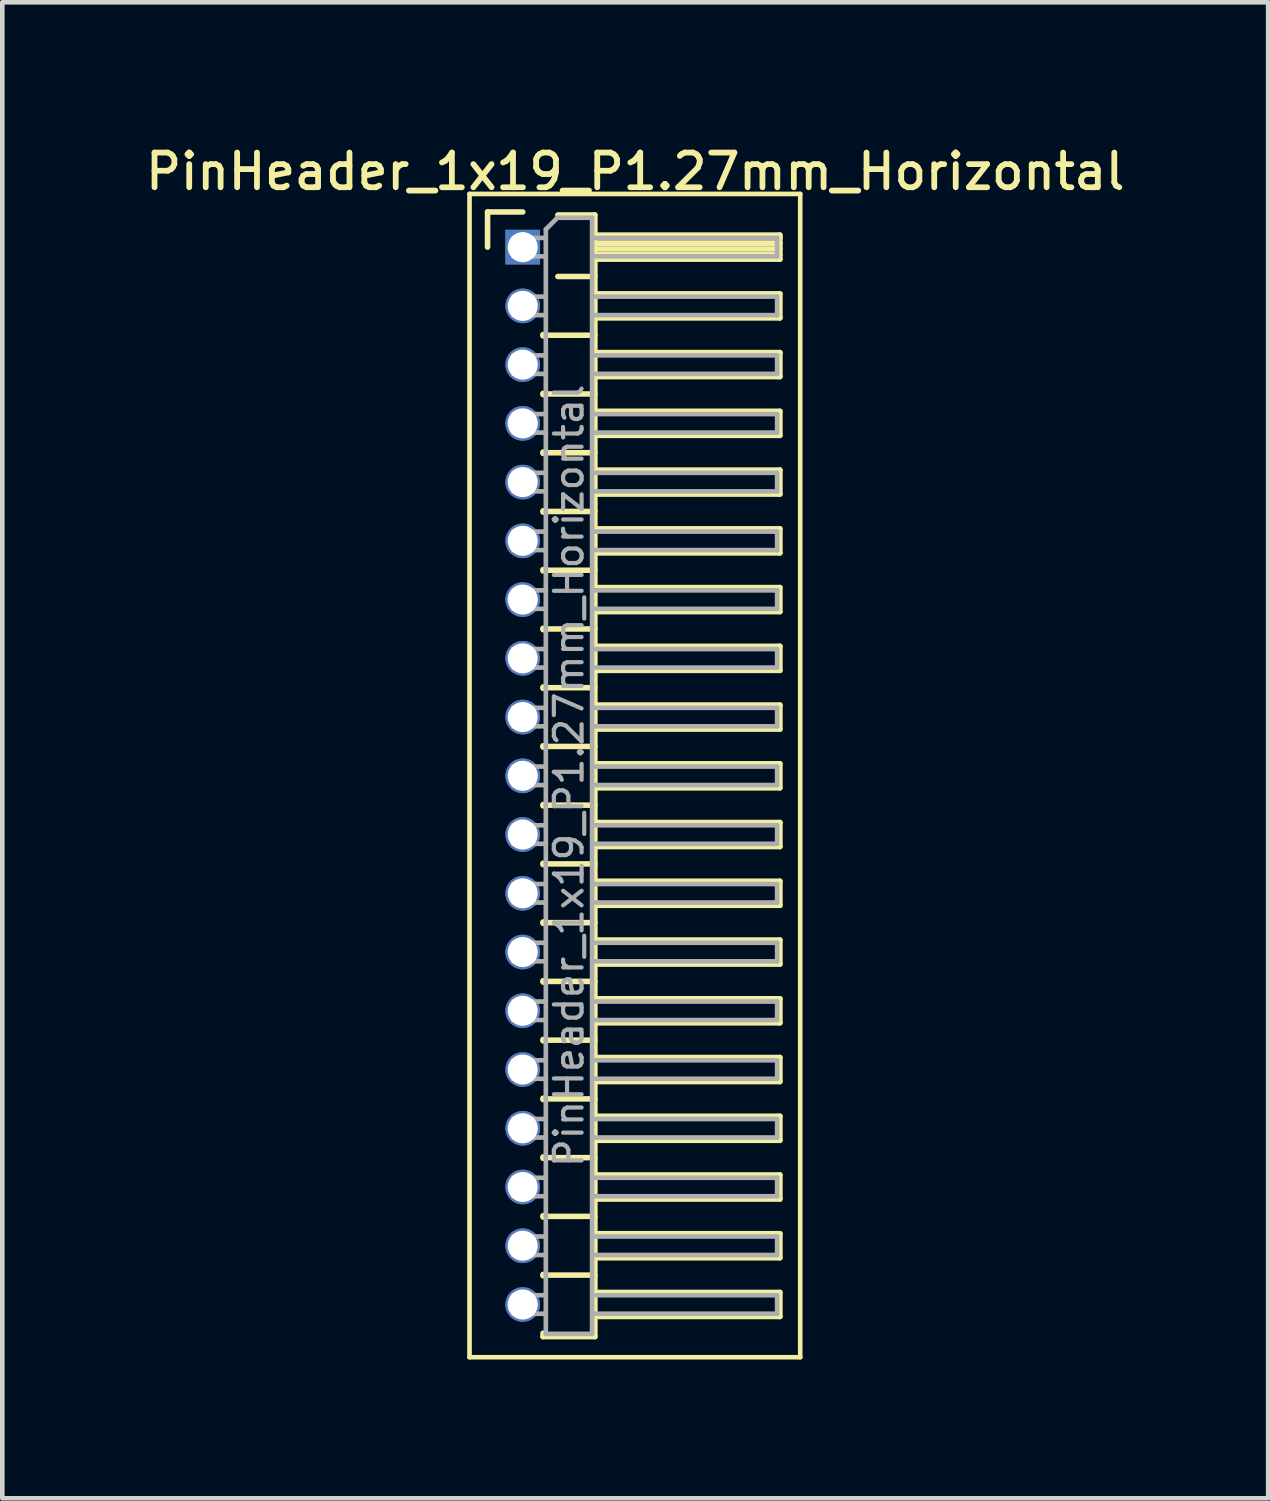
<source format=kicad_pcb>
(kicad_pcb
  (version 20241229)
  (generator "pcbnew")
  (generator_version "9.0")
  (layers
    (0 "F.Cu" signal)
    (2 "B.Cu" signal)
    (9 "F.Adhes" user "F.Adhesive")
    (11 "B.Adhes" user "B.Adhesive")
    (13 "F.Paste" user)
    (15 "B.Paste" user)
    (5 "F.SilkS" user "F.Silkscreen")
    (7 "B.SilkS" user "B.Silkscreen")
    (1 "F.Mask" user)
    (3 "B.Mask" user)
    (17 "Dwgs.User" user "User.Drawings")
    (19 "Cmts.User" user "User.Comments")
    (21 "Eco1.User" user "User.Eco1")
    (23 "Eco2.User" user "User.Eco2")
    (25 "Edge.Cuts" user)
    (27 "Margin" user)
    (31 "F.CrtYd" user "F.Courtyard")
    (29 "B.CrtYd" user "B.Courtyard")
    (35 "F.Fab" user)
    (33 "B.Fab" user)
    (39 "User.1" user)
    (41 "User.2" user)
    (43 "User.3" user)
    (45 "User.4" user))
  (footprint "PinHeader_1x19_P1.27mm_Horizontal"
    (layer "F.Cu")
    (at 8.251 2.293)
    (property "Reference" "PinHeader_1x19_P1.27mm_Horizontal" (at 2.433 -1.635 0) (layer "F.SilkS") (effects (font (size 0.75 0.75) (thickness 0.125))))
    (attr through_hole)
    (fp_line (start -1.15 -1.15) (end -1.15 24) (stroke (width 0.1) (type solid)) (layer "F.SilkS"))
    (fp_line (start -1.15 24) (end 6 24) (stroke (width 0.1) (type solid)) (layer "F.SilkS"))
    (fp_line (start -0.76 -0.76) (end 0 -0.76) (stroke (width 0.12) (type solid)) (layer "F.SilkS"))
    (fp_line (start -0.76 0) (end -0.76 -0.76) (stroke (width 0.12) (type solid)) (layer "F.SilkS"))
    (fp_line (start 0.44 1.89) (end 0.44 1.92) (stroke (width 0.12) (type solid)) (layer "F.SilkS"))
    (fp_line (start 0.44 1.905) (end 1.56 1.905) (stroke (width 0.12) (type solid)) (layer "F.SilkS"))
    (fp_line (start 0.44 3.16) (end 0.44 3.19) (stroke (width 0.12) (type solid)) (layer "F.SilkS"))
    (fp_line (start 0.44 3.175) (end 1.56 3.175) (stroke (width 0.12) (type solid)) (layer "F.SilkS"))
    (fp_line (start 0.44 4.43) (end 0.44 4.46) (stroke (width 0.12) (type solid)) (layer "F.SilkS"))
    (fp_line (start 0.44 4.445) (end 1.56 4.445) (stroke (width 0.12) (type solid)) (layer "F.SilkS"))
    (fp_line (start 0.44 5.7) (end 0.44 5.73) (stroke (width 0.12) (type solid)) (layer "F.SilkS"))
    (fp_line (start 0.44 5.715) (end 1.56 5.715) (stroke (width 0.12) (type solid)) (layer "F.SilkS"))
    (fp_line (start 0.44 6.97) (end 0.44 7) (stroke (width 0.12) (type solid)) (layer "F.SilkS"))
    (fp_line (start 0.44 6.985) (end 1.56 6.985) (stroke (width 0.12) (type solid)) (layer "F.SilkS"))
    (fp_line (start 0.44 8.24) (end 0.44 8.27) (stroke (width 0.12) (type solid)) (layer "F.SilkS"))
    (fp_line (start 0.44 8.255) (end 1.56 8.255) (stroke (width 0.12) (type solid)) (layer "F.SilkS"))
    (fp_line (start 0.44 9.51) (end 0.44 9.54) (stroke (width 0.12) (type solid)) (layer "F.SilkS"))
    (fp_line (start 0.44 9.525) (end 1.56 9.525) (stroke (width 0.12) (type solid)) (layer "F.SilkS"))
    (fp_line (start 0.44 10.78) (end 0.44 10.81) (stroke (width 0.12) (type solid)) (layer "F.SilkS"))
    (fp_line (start 0.44 10.795) (end 1.56 10.795) (stroke (width 0.12) (type solid)) (layer "F.SilkS"))
    (fp_line (start 0.44 12.05) (end 0.44 12.08) (stroke (width 0.12) (type solid)) (layer "F.SilkS"))
    (fp_line (start 0.44 12.065) (end 1.56 12.065) (stroke (width 0.12) (type solid)) (layer "F.SilkS"))
    (fp_line (start 0.44 13.32) (end 0.44 13.35) (stroke (width 0.12) (type solid)) (layer "F.SilkS"))
    (fp_line (start 0.44 13.335) (end 1.56 13.335) (stroke (width 0.12) (type solid)) (layer "F.SilkS"))
    (fp_line (start 0.44 14.59) (end 0.44 14.62) (stroke (width 0.12) (type solid)) (layer "F.SilkS"))
    (fp_line (start 0.44 14.605) (end 1.56 14.605) (stroke (width 0.12) (type solid)) (layer "F.SilkS"))
    (fp_line (start 0.44 15.86) (end 0.44 15.89) (stroke (width 0.12) (type solid)) (layer "F.SilkS"))
    (fp_line (start 0.44 15.875) (end 1.56 15.875) (stroke (width 0.12) (type solid)) (layer "F.SilkS"))
    (fp_line (start 0.44 17.13) (end 0.44 17.16) (stroke (width 0.12) (type solid)) (layer "F.SilkS"))
    (fp_line (start 0.44 17.145) (end 1.56 17.145) (stroke (width 0.12) (type solid)) (layer "F.SilkS"))
    (fp_line (start 0.44 18.4) (end 0.44 18.43) (stroke (width 0.12) (type solid)) (layer "F.SilkS"))
    (fp_line (start 0.44 18.415) (end 1.56 18.415) (stroke (width 0.12) (type solid)) (layer "F.SilkS"))
    (fp_line (start 0.44 19.67) (end 0.44 19.7) (stroke (width 0.12) (type solid)) (layer "F.SilkS"))
    (fp_line (start 0.44 19.685) (end 1.56 19.685) (stroke (width 0.12) (type solid)) (layer "F.SilkS"))
    (fp_line (start 0.44 20.94) (end 0.44 20.97) (stroke (width 0.12) (type solid)) (layer "F.SilkS"))
    (fp_line (start 0.44 20.955) (end 1.56 20.955) (stroke (width 0.12) (type solid)) (layer "F.SilkS"))
    (fp_line (start 0.44 22.21) (end 0.44 22.24) (stroke (width 0.12) (type solid)) (layer "F.SilkS"))
    (fp_line (start 0.44 22.225) (end 1.56 22.225) (stroke (width 0.12) (type solid)) (layer "F.SilkS"))
    (fp_line (start 0.44 23.555) (end 0.44 23.48) (stroke (width 0.12) (type solid)) (layer "F.SilkS"))
    (fp_line (start 0.76 -0.695) (end 1.56 -0.695) (stroke (width 0.12) (type solid)) (layer "F.SilkS"))
    (fp_line (start 0.76 0.635) (end 1.56 0.635) (stroke (width 0.12) (type solid)) (layer "F.SilkS"))
    (fp_line (start 1.56 -0.695) (end 1.56 23.555) (stroke (width 0.12) (type solid)) (layer "F.SilkS"))
    (fp_line (start 1.56 -0.26) (end 5.56 -0.26) (stroke (width 0.12) (type solid)) (layer "F.SilkS"))
    (fp_line (start 1.56 -0.2) (end 5.56 -0.2) (stroke (width 0.12) (type solid)) (layer "F.SilkS"))
    (fp_line (start 1.56 -0.08) (end 5.56 -0.08) (stroke (width 0.12) (type solid)) (layer "F.SilkS"))
    (fp_line (start 1.56 0.04) (end 5.56 0.04) (stroke (width 0.12) (type solid)) (layer "F.SilkS"))
    (fp_line (start 1.56 0.16) (end 5.56 0.16) (stroke (width 0.12) (type solid)) (layer "F.SilkS"))
    (fp_line (start 1.56 1.01) (end 5.56 1.01) (stroke (width 0.12) (type solid)) (layer "F.SilkS"))
    (fp_line (start 1.56 2.28) (end 5.56 2.28) (stroke (width 0.12) (type solid)) (layer "F.SilkS"))
    (fp_line (start 1.56 3.55) (end 5.56 3.55) (stroke (width 0.12) (type solid)) (layer "F.SilkS"))
    (fp_line (start 1.56 4.82) (end 5.56 4.82) (stroke (width 0.12) (type solid)) (layer "F.SilkS"))
    (fp_line (start 1.56 6.09) (end 5.56 6.09) (stroke (width 0.12) (type solid)) (layer "F.SilkS"))
    (fp_line (start 1.56 7.36) (end 5.56 7.36) (stroke (width 0.12) (type solid)) (layer "F.SilkS"))
    (fp_line (start 1.56 8.63) (end 5.56 8.63) (stroke (width 0.12) (type solid)) (layer "F.SilkS"))
    (fp_line (start 1.56 9.9) (end 5.56 9.9) (stroke (width 0.12) (type solid)) (layer "F.SilkS"))
    (fp_line (start 1.56 11.17) (end 5.56 11.17) (stroke (width 0.12) (type solid)) (layer "F.SilkS"))
    (fp_line (start 1.56 12.44) (end 5.56 12.44) (stroke (width 0.12) (type solid)) (layer "F.SilkS"))
    (fp_line (start 1.56 13.71) (end 5.56 13.71) (stroke (width 0.12) (type solid)) (layer "F.SilkS"))
    (fp_line (start 1.56 14.98) (end 5.56 14.98) (stroke (width 0.12) (type solid)) (layer "F.SilkS"))
    (fp_line (start 1.56 16.25) (end 5.56 16.25) (stroke (width 0.12) (type solid)) (layer "F.SilkS"))
    (fp_line (start 1.56 17.52) (end 5.56 17.52) (stroke (width 0.12) (type solid)) (layer "F.SilkS"))
    (fp_line (start 1.56 18.79) (end 5.56 18.79) (stroke (width 0.12) (type solid)) (layer "F.SilkS"))
    (fp_line (start 1.56 20.06) (end 5.56 20.06) (stroke (width 0.12) (type solid)) (layer "F.SilkS"))
    (fp_line (start 1.56 21.33) (end 5.56 21.33) (stroke (width 0.12) (type solid)) (layer "F.SilkS"))
    (fp_line (start 1.56 22.6) (end 5.56 22.6) (stroke (width 0.12) (type solid)) (layer "F.SilkS"))
    (fp_line (start 1.56 23.555) (end 0.44 23.555) (stroke (width 0.12) (type solid)) (layer "F.SilkS"))
    (fp_line (start 5.56 -0.26) (end 5.56 0.26) (stroke (width 0.12) (type solid)) (layer "F.SilkS"))
    (fp_line (start 5.56 0.26) (end 1.56 0.26) (stroke (width 0.12) (type solid)) (layer "F.SilkS"))
    (fp_line (start 5.56 1.01) (end 5.56 1.53) (stroke (width 0.12) (type solid)) (layer "F.SilkS"))
    (fp_line (start 5.56 1.53) (end 1.56 1.53) (stroke (width 0.12) (type solid)) (layer "F.SilkS"))
    (fp_line (start 5.56 2.28) (end 5.56 2.8) (stroke (width 0.12) (type solid)) (layer "F.SilkS"))
    (fp_line (start 5.56 2.8) (end 1.56 2.8) (stroke (width 0.12) (type solid)) (layer "F.SilkS"))
    (fp_line (start 5.56 3.55) (end 5.56 4.07) (stroke (width 0.12) (type solid)) (layer "F.SilkS"))
    (fp_line (start 5.56 4.07) (end 1.56 4.07) (stroke (width 0.12) (type solid)) (layer "F.SilkS"))
    (fp_line (start 5.56 4.82) (end 5.56 5.34) (stroke (width 0.12) (type solid)) (layer "F.SilkS"))
    (fp_line (start 5.56 5.34) (end 1.56 5.34) (stroke (width 0.12) (type solid)) (layer "F.SilkS"))
    (fp_line (start 5.56 6.09) (end 5.56 6.61) (stroke (width 0.12) (type solid)) (layer "F.SilkS"))
    (fp_line (start 5.56 6.61) (end 1.56 6.61) (stroke (width 0.12) (type solid)) (layer "F.SilkS"))
    (fp_line (start 5.56 7.36) (end 5.56 7.88) (stroke (width 0.12) (type solid)) (layer "F.SilkS"))
    (fp_line (start 5.56 7.88) (end 1.56 7.88) (stroke (width 0.12) (type solid)) (layer "F.SilkS"))
    (fp_line (start 5.56 8.63) (end 5.56 9.15) (stroke (width 0.12) (type solid)) (layer "F.SilkS"))
    (fp_line (start 5.56 9.15) (end 1.56 9.15) (stroke (width 0.12) (type solid)) (layer "F.SilkS"))
    (fp_line (start 5.56 9.9) (end 5.56 10.42) (stroke (width 0.12) (type solid)) (layer "F.SilkS"))
    (fp_line (start 5.56 10.42) (end 1.56 10.42) (stroke (width 0.12) (type solid)) (layer "F.SilkS"))
    (fp_line (start 5.56 11.17) (end 5.56 11.69) (stroke (width 0.12) (type solid)) (layer "F.SilkS"))
    (fp_line (start 5.56 11.69) (end 1.56 11.69) (stroke (width 0.12) (type solid)) (layer "F.SilkS"))
    (fp_line (start 5.56 12.44) (end 5.56 12.96) (stroke (width 0.12) (type solid)) (layer "F.SilkS"))
    (fp_line (start 5.56 12.96) (end 1.56 12.96) (stroke (width 0.12) (type solid)) (layer "F.SilkS"))
    (fp_line (start 5.56 13.71) (end 5.56 14.23) (stroke (width 0.12) (type solid)) (layer "F.SilkS"))
    (fp_line (start 5.56 14.23) (end 1.56 14.23) (stroke (width 0.12) (type solid)) (layer "F.SilkS"))
    (fp_line (start 5.56 14.98) (end 5.56 15.5) (stroke (width 0.12) (type solid)) (layer "F.SilkS"))
    (fp_line (start 5.56 15.5) (end 1.56 15.5) (stroke (width 0.12) (type solid)) (layer "F.SilkS"))
    (fp_line (start 5.56 16.25) (end 5.56 16.77) (stroke (width 0.12) (type solid)) (layer "F.SilkS"))
    (fp_line (start 5.56 16.77) (end 1.56 16.77) (stroke (width 0.12) (type solid)) (layer "F.SilkS"))
    (fp_line (start 5.56 17.52) (end 5.56 18.04) (stroke (width 0.12) (type solid)) (layer "F.SilkS"))
    (fp_line (start 5.56 18.04) (end 1.56 18.04) (stroke (width 0.12) (type solid)) (layer "F.SilkS"))
    (fp_line (start 5.56 18.79) (end 5.56 19.31) (stroke (width 0.12) (type solid)) (layer "F.SilkS"))
    (fp_line (start 5.56 19.31) (end 1.56 19.31) (stroke (width 0.12) (type solid)) (layer "F.SilkS"))
    (fp_line (start 5.56 20.06) (end 5.56 20.58) (stroke (width 0.12) (type solid)) (layer "F.SilkS"))
    (fp_line (start 5.56 20.58) (end 1.56 20.58) (stroke (width 0.12) (type solid)) (layer "F.SilkS"))
    (fp_line (start 5.56 21.33) (end 5.56 21.85) (stroke (width 0.12) (type solid)) (layer "F.SilkS"))
    (fp_line (start 5.56 21.85) (end 1.56 21.85) (stroke (width 0.12) (type solid)) (layer "F.SilkS"))
    (fp_line (start 5.56 22.6) (end 5.56 23.12) (stroke (width 0.12) (type solid)) (layer "F.SilkS"))
    (fp_line (start 5.56 23.12) (end 1.56 23.12) (stroke (width 0.12) (type solid)) (layer "F.SilkS"))
    (fp_line (start 6 -1.15) (end -1.15 -1.15) (stroke (width 0.1) (type solid)) (layer "F.SilkS"))
    (fp_line (start 6 24) (end 6 -1.15) (stroke (width 0.1) (type solid)) (layer "F.SilkS"))
    (fp_line (start -0.2 -0.2) (end -0.2 0.2) (stroke (width 0.1) (type solid)) (layer "F.Fab"))
    (fp_line (start -0.2 -0.2) (end 0.5 -0.2) (stroke (width 0.1) (type solid)) (layer "F.Fab"))
    (fp_line (start -0.2 0.2) (end 0.5 0.2) (stroke (width 0.1) (type solid)) (layer "F.Fab"))
    (fp_line (start -0.2 1.07) (end -0.2 1.47) (stroke (width 0.1) (type solid)) (layer "F.Fab"))
    (fp_line (start -0.2 1.07) (end 0.5 1.07) (stroke (width 0.1) (type solid)) (layer "F.Fab"))
    (fp_line (start -0.2 1.47) (end 0.5 1.47) (stroke (width 0.1) (type solid)) (layer "F.Fab"))
    (fp_line (start -0.2 2.34) (end -0.2 2.74) (stroke (width 0.1) (type solid)) (layer "F.Fab"))
    (fp_line (start -0.2 2.34) (end 0.5 2.34) (stroke (width 0.1) (type solid)) (layer "F.Fab"))
    (fp_line (start -0.2 2.74) (end 0.5 2.74) (stroke (width 0.1) (type solid)) (layer "F.Fab"))
    (fp_line (start -0.2 3.61) (end -0.2 4.01) (stroke (width 0.1) (type solid)) (layer "F.Fab"))
    (fp_line (start -0.2 3.61) (end 0.5 3.61) (stroke (width 0.1) (type solid)) (layer "F.Fab"))
    (fp_line (start -0.2 4.01) (end 0.5 4.01) (stroke (width 0.1) (type solid)) (layer "F.Fab"))
    (fp_line (start -0.2 4.88) (end -0.2 5.28) (stroke (width 0.1) (type solid)) (layer "F.Fab"))
    (fp_line (start -0.2 4.88) (end 0.5 4.88) (stroke (width 0.1) (type solid)) (layer "F.Fab"))
    (fp_line (start -0.2 5.28) (end 0.5 5.28) (stroke (width 0.1) (type solid)) (layer "F.Fab"))
    (fp_line (start -0.2 6.15) (end -0.2 6.55) (stroke (width 0.1) (type solid)) (layer "F.Fab"))
    (fp_line (start -0.2 6.15) (end 0.5 6.15) (stroke (width 0.1) (type solid)) (layer "F.Fab"))
    (fp_line (start -0.2 6.55) (end 0.5 6.55) (stroke (width 0.1) (type solid)) (layer "F.Fab"))
    (fp_line (start -0.2 7.42) (end -0.2 7.82) (stroke (width 0.1) (type solid)) (layer "F.Fab"))
    (fp_line (start -0.2 7.42) (end 0.5 7.42) (stroke (width 0.1) (type solid)) (layer "F.Fab"))
    (fp_line (start -0.2 7.82) (end 0.5 7.82) (stroke (width 0.1) (type solid)) (layer "F.Fab"))
    (fp_line (start -0.2 8.69) (end -0.2 9.09) (stroke (width 0.1) (type solid)) (layer "F.Fab"))
    (fp_line (start -0.2 8.69) (end 0.5 8.69) (stroke (width 0.1) (type solid)) (layer "F.Fab"))
    (fp_line (start -0.2 9.09) (end 0.5 9.09) (stroke (width 0.1) (type solid)) (layer "F.Fab"))
    (fp_line (start -0.2 9.96) (end -0.2 10.36) (stroke (width 0.1) (type solid)) (layer "F.Fab"))
    (fp_line (start -0.2 9.96) (end 0.5 9.96) (stroke (width 0.1) (type solid)) (layer "F.Fab"))
    (fp_line (start -0.2 10.36) (end 0.5 10.36) (stroke (width 0.1) (type solid)) (layer "F.Fab"))
    (fp_line (start -0.2 11.23) (end -0.2 11.63) (stroke (width 0.1) (type solid)) (layer "F.Fab"))
    (fp_line (start -0.2 11.23) (end 0.5 11.23) (stroke (width 0.1) (type solid)) (layer "F.Fab"))
    (fp_line (start -0.2 11.63) (end 0.5 11.63) (stroke (width 0.1) (type solid)) (layer "F.Fab"))
    (fp_line (start -0.2 12.5) (end -0.2 12.9) (stroke (width 0.1) (type solid)) (layer "F.Fab"))
    (fp_line (start -0.2 12.5) (end 0.5 12.5) (stroke (width 0.1) (type solid)) (layer "F.Fab"))
    (fp_line (start -0.2 12.9) (end 0.5 12.9) (stroke (width 0.1) (type solid)) (layer "F.Fab"))
    (fp_line (start -0.2 13.77) (end -0.2 14.17) (stroke (width 0.1) (type solid)) (layer "F.Fab"))
    (fp_line (start -0.2 13.77) (end 0.5 13.77) (stroke (width 0.1) (type solid)) (layer "F.Fab"))
    (fp_line (start -0.2 14.17) (end 0.5 14.17) (stroke (width 0.1) (type solid)) (layer "F.Fab"))
    (fp_line (start -0.2 15.04) (end -0.2 15.44) (stroke (width 0.1) (type solid)) (layer "F.Fab"))
    (fp_line (start -0.2 15.04) (end 0.5 15.04) (stroke (width 0.1) (type solid)) (layer "F.Fab"))
    (fp_line (start -0.2 15.44) (end 0.5 15.44) (stroke (width 0.1) (type solid)) (layer "F.Fab"))
    (fp_line (start -0.2 16.31) (end -0.2 16.71) (stroke (width 0.1) (type solid)) (layer "F.Fab"))
    (fp_line (start -0.2 16.31) (end 0.5 16.31) (stroke (width 0.1) (type solid)) (layer "F.Fab"))
    (fp_line (start -0.2 16.71) (end 0.5 16.71) (stroke (width 0.1) (type solid)) (layer "F.Fab"))
    (fp_line (start -0.2 17.58) (end -0.2 17.98) (stroke (width 0.1) (type solid)) (layer "F.Fab"))
    (fp_line (start -0.2 17.58) (end 0.5 17.58) (stroke (width 0.1) (type solid)) (layer "F.Fab"))
    (fp_line (start -0.2 17.98) (end 0.5 17.98) (stroke (width 0.1) (type solid)) (layer "F.Fab"))
    (fp_line (start -0.2 18.85) (end -0.2 19.25) (stroke (width 0.1) (type solid)) (layer "F.Fab"))
    (fp_line (start -0.2 18.85) (end 0.5 18.85) (stroke (width 0.1) (type solid)) (layer "F.Fab"))
    (fp_line (start -0.2 19.25) (end 0.5 19.25) (stroke (width 0.1) (type solid)) (layer "F.Fab"))
    (fp_line (start -0.2 20.12) (end -0.2 20.52) (stroke (width 0.1) (type solid)) (layer "F.Fab"))
    (fp_line (start -0.2 20.12) (end 0.5 20.12) (stroke (width 0.1) (type solid)) (layer "F.Fab"))
    (fp_line (start -0.2 20.52) (end 0.5 20.52) (stroke (width 0.1) (type solid)) (layer "F.Fab"))
    (fp_line (start -0.2 21.39) (end -0.2 21.79) (stroke (width 0.1) (type solid)) (layer "F.Fab"))
    (fp_line (start -0.2 21.39) (end 0.5 21.39) (stroke (width 0.1) (type solid)) (layer "F.Fab"))
    (fp_line (start -0.2 21.79) (end 0.5 21.79) (stroke (width 0.1) (type solid)) (layer "F.Fab"))
    (fp_line (start -0.2 22.66) (end -0.2 23.06) (stroke (width 0.1) (type solid)) (layer "F.Fab"))
    (fp_line (start -0.2 22.66) (end 0.5 22.66) (stroke (width 0.1) (type solid)) (layer "F.Fab"))
    (fp_line (start -0.2 23.06) (end 0.5 23.06) (stroke (width 0.1) (type solid)) (layer "F.Fab"))
    (fp_line (start 0.5 -0.385) (end 0.75 -0.635) (stroke (width 0.1) (type solid)) (layer "F.Fab"))
    (fp_line (start 0.5 23.495) (end 0.5 -0.385) (stroke (width 0.1) (type solid)) (layer "F.Fab"))
    (fp_line (start 0.75 -0.635) (end 1.5 -0.635) (stroke (width 0.1) (type solid)) (layer "F.Fab"))
    (fp_line (start 1.5 -0.635) (end 1.5 23.495) (stroke (width 0.1) (type solid)) (layer "F.Fab"))
    (fp_line (start 1.5 -0.2) (end 5.5 -0.2) (stroke (width 0.1) (type solid)) (layer "F.Fab"))
    (fp_line (start 1.5 0.2) (end 5.5 0.2) (stroke (width 0.1) (type solid)) (layer "F.Fab"))
    (fp_line (start 1.5 1.07) (end 5.5 1.07) (stroke (width 0.1) (type solid)) (layer "F.Fab"))
    (fp_line (start 1.5 1.47) (end 5.5 1.47) (stroke (width 0.1) (type solid)) (layer "F.Fab"))
    (fp_line (start 1.5 2.34) (end 5.5 2.34) (stroke (width 0.1) (type solid)) (layer "F.Fab"))
    (fp_line (start 1.5 2.74) (end 5.5 2.74) (stroke (width 0.1) (type solid)) (layer "F.Fab"))
    (fp_line (start 1.5 3.61) (end 5.5 3.61) (stroke (width 0.1) (type solid)) (layer "F.Fab"))
    (fp_line (start 1.5 4.01) (end 5.5 4.01) (stroke (width 0.1) (type solid)) (layer "F.Fab"))
    (fp_line (start 1.5 4.88) (end 5.5 4.88) (stroke (width 0.1) (type solid)) (layer "F.Fab"))
    (fp_line (start 1.5 5.28) (end 5.5 5.28) (stroke (width 0.1) (type solid)) (layer "F.Fab"))
    (fp_line (start 1.5 6.15) (end 5.5 6.15) (stroke (width 0.1) (type solid)) (layer "F.Fab"))
    (fp_line (start 1.5 6.55) (end 5.5 6.55) (stroke (width 0.1) (type solid)) (layer "F.Fab"))
    (fp_line (start 1.5 7.42) (end 5.5 7.42) (stroke (width 0.1) (type solid)) (layer "F.Fab"))
    (fp_line (start 1.5 7.82) (end 5.5 7.82) (stroke (width 0.1) (type solid)) (layer "F.Fab"))
    (fp_line (start 1.5 8.69) (end 5.5 8.69) (stroke (width 0.1) (type solid)) (layer "F.Fab"))
    (fp_line (start 1.5 9.09) (end 5.5 9.09) (stroke (width 0.1) (type solid)) (layer "F.Fab"))
    (fp_line (start 1.5 9.96) (end 5.5 9.96) (stroke (width 0.1) (type solid)) (layer "F.Fab"))
    (fp_line (start 1.5 10.36) (end 5.5 10.36) (stroke (width 0.1) (type solid)) (layer "F.Fab"))
    (fp_line (start 1.5 11.23) (end 5.5 11.23) (stroke (width 0.1) (type solid)) (layer "F.Fab"))
    (fp_line (start 1.5 11.63) (end 5.5 11.63) (stroke (width 0.1) (type solid)) (layer "F.Fab"))
    (fp_line (start 1.5 12.5) (end 5.5 12.5) (stroke (width 0.1) (type solid)) (layer "F.Fab"))
    (fp_line (start 1.5 12.9) (end 5.5 12.9) (stroke (width 0.1) (type solid)) (layer "F.Fab"))
    (fp_line (start 1.5 13.77) (end 5.5 13.77) (stroke (width 0.1) (type solid)) (layer "F.Fab"))
    (fp_line (start 1.5 14.17) (end 5.5 14.17) (stroke (width 0.1) (type solid)) (layer "F.Fab"))
    (fp_line (start 1.5 15.04) (end 5.5 15.04) (stroke (width 0.1) (type solid)) (layer "F.Fab"))
    (fp_line (start 1.5 15.44) (end 5.5 15.44) (stroke (width 0.1) (type solid)) (layer "F.Fab"))
    (fp_line (start 1.5 16.31) (end 5.5 16.31) (stroke (width 0.1) (type solid)) (layer "F.Fab"))
    (fp_line (start 1.5 16.71) (end 5.5 16.71) (stroke (width 0.1) (type solid)) (layer "F.Fab"))
    (fp_line (start 1.5 17.58) (end 5.5 17.58) (stroke (width 0.1) (type solid)) (layer "F.Fab"))
    (fp_line (start 1.5 17.98) (end 5.5 17.98) (stroke (width 0.1) (type solid)) (layer "F.Fab"))
    (fp_line (start 1.5 18.85) (end 5.5 18.85) (stroke (width 0.1) (type solid)) (layer "F.Fab"))
    (fp_line (start 1.5 19.25) (end 5.5 19.25) (stroke (width 0.1) (type solid)) (layer "F.Fab"))
    (fp_line (start 1.5 20.12) (end 5.5 20.12) (stroke (width 0.1) (type solid)) (layer "F.Fab"))
    (fp_line (start 1.5 20.52) (end 5.5 20.52) (stroke (width 0.1) (type solid)) (layer "F.Fab"))
    (fp_line (start 1.5 21.39) (end 5.5 21.39) (stroke (width 0.1) (type solid)) (layer "F.Fab"))
    (fp_line (start 1.5 21.79) (end 5.5 21.79) (stroke (width 0.1) (type solid)) (layer "F.Fab"))
    (fp_line (start 1.5 22.66) (end 5.5 22.66) (stroke (width 0.1) (type solid)) (layer "F.Fab"))
    (fp_line (start 1.5 23.06) (end 5.5 23.06) (stroke (width 0.1) (type solid)) (layer "F.Fab"))
    (fp_line (start 1.5 23.495) (end 0.5 23.495) (stroke (width 0.1) (type solid)) (layer "F.Fab"))
    (fp_line (start 5.5 -0.2) (end 5.5 0.2) (stroke (width 0.1) (type solid)) (layer "F.Fab"))
    (fp_line (start 5.5 1.07) (end 5.5 1.47) (stroke (width 0.1) (type solid)) (layer "F.Fab"))
    (fp_line (start 5.5 2.34) (end 5.5 2.74) (stroke (width 0.1) (type solid)) (layer "F.Fab"))
    (fp_line (start 5.5 3.61) (end 5.5 4.01) (stroke (width 0.1) (type solid)) (layer "F.Fab"))
    (fp_line (start 5.5 4.88) (end 5.5 5.28) (stroke (width 0.1) (type solid)) (layer "F.Fab"))
    (fp_line (start 5.5 6.15) (end 5.5 6.55) (stroke (width 0.1) (type solid)) (layer "F.Fab"))
    (fp_line (start 5.5 7.42) (end 5.5 7.82) (stroke (width 0.1) (type solid)) (layer "F.Fab"))
    (fp_line (start 5.5 8.69) (end 5.5 9.09) (stroke (width 0.1) (type solid)) (layer "F.Fab"))
    (fp_line (start 5.5 9.96) (end 5.5 10.36) (stroke (width 0.1) (type solid)) (layer "F.Fab"))
    (fp_line (start 5.5 11.23) (end 5.5 11.63) (stroke (width 0.1) (type solid)) (layer "F.Fab"))
    (fp_line (start 5.5 12.5) (end 5.5 12.9) (stroke (width 0.1) (type solid)) (layer "F.Fab"))
    (fp_line (start 5.5 13.77) (end 5.5 14.17) (stroke (width 0.1) (type solid)) (layer "F.Fab"))
    (fp_line (start 5.5 15.04) (end 5.5 15.44) (stroke (width 0.1) (type solid)) (layer "F.Fab"))
    (fp_line (start 5.5 16.31) (end 5.5 16.71) (stroke (width 0.1) (type solid)) (layer "F.Fab"))
    (fp_line (start 5.5 17.58) (end 5.5 17.98) (stroke (width 0.1) (type solid)) (layer "F.Fab"))
    (fp_line (start 5.5 18.85) (end 5.5 19.25) (stroke (width 0.1) (type solid)) (layer "F.Fab"))
    (fp_line (start 5.5 20.12) (end 5.5 20.52) (stroke (width 0.1) (type solid)) (layer "F.Fab"))
    (fp_line (start 5.5 21.39) (end 5.5 21.79) (stroke (width 0.1) (type solid)) (layer "F.Fab"))
    (fp_line (start 5.5 22.66) (end 5.5 23.06) (stroke (width 0.1) (type solid)) (layer "F.Fab"))
    (fp_text user "${REFERENCE}" (at 1 11.43 90) (layer "F.Fab") (effects (font (size 0.6 0.6) (thickness 0.09))))
    (pad "1" thru_hole rect (at 0 0) (size 0.75 0.75) (drill 0.65) (layers "*.Cu" "*.Mask"))
    (pad "2" thru_hole oval (at 0 1.27) (size 0.75 0.75) (drill 0.65) (layers "*.Cu" "*.Mask"))
    (pad "3" thru_hole oval (at 0 2.54) (size 0.75 0.75) (drill 0.65) (layers "*.Cu" "*.Mask"))
    (pad "4" thru_hole oval (at 0 3.81) (size 0.75 0.75) (drill 0.65) (layers "*.Cu" "*.Mask"))
    (pad "5" thru_hole oval (at 0 5.08) (size 0.75 0.75) (drill 0.65) (layers "*.Cu" "*.Mask"))
    (pad "6" thru_hole oval (at 0 6.35) (size 0.75 0.75) (drill 0.65) (layers "*.Cu" "*.Mask"))
    (pad "7" thru_hole oval (at 0 7.62) (size 0.75 0.75) (drill 0.65) (layers "*.Cu" "*.Mask"))
    (pad "8" thru_hole oval (at 0 8.89) (size 0.75 0.75) (drill 0.65) (layers "*.Cu" "*.Mask"))
    (pad "9" thru_hole oval (at 0 10.16) (size 0.75 0.75) (drill 0.65) (layers "*.Cu" "*.Mask"))
    (pad "10" thru_hole oval (at 0 11.43) (size 0.75 0.75) (drill 0.65) (layers "*.Cu" "*.Mask"))
    (pad "11" thru_hole oval (at 0 12.7) (size 0.75 0.75) (drill 0.65) (layers "*.Cu" "*.Mask"))
    (pad "12" thru_hole oval (at 0 13.97) (size 0.75 0.75) (drill 0.65) (layers "*.Cu" "*.Mask"))
    (pad "13" thru_hole oval (at 0 15.24) (size 0.75 0.75) (drill 0.65) (layers "*.Cu" "*.Mask"))
    (pad "14" thru_hole oval (at 0 16.51) (size 0.75 0.75) (drill 0.65) (layers "*.Cu" "*.Mask"))
    (pad "15" thru_hole oval (at 0 17.78) (size 0.75 0.75) (drill 0.65) (layers "*.Cu" "*.Mask"))
    (pad "16" thru_hole oval (at 0 19.05) (size 0.75 0.75) (drill 0.65) (layers "*.Cu" "*.Mask"))
    (pad "17" thru_hole oval (at 0 20.32) (size 0.75 0.75) (drill 0.65) (layers "*.Cu" "*.Mask"))
    (pad "18" thru_hole oval (at 0 21.59) (size 0.75 0.75) (drill 0.65) (layers "*.Cu" "*.Mask"))
    (pad "19" thru_hole oval (at 0 22.86) (size 0.75 0.75) (drill 0.65) (layers "*.Cu" "*.Mask")))
  (gr_rect
    (start -3 -3)
    (end 24.368 29.343)
    (stroke (width 0.1) (type default))
    (fill no)
    (layer "Edge.Cuts")))
</source>
